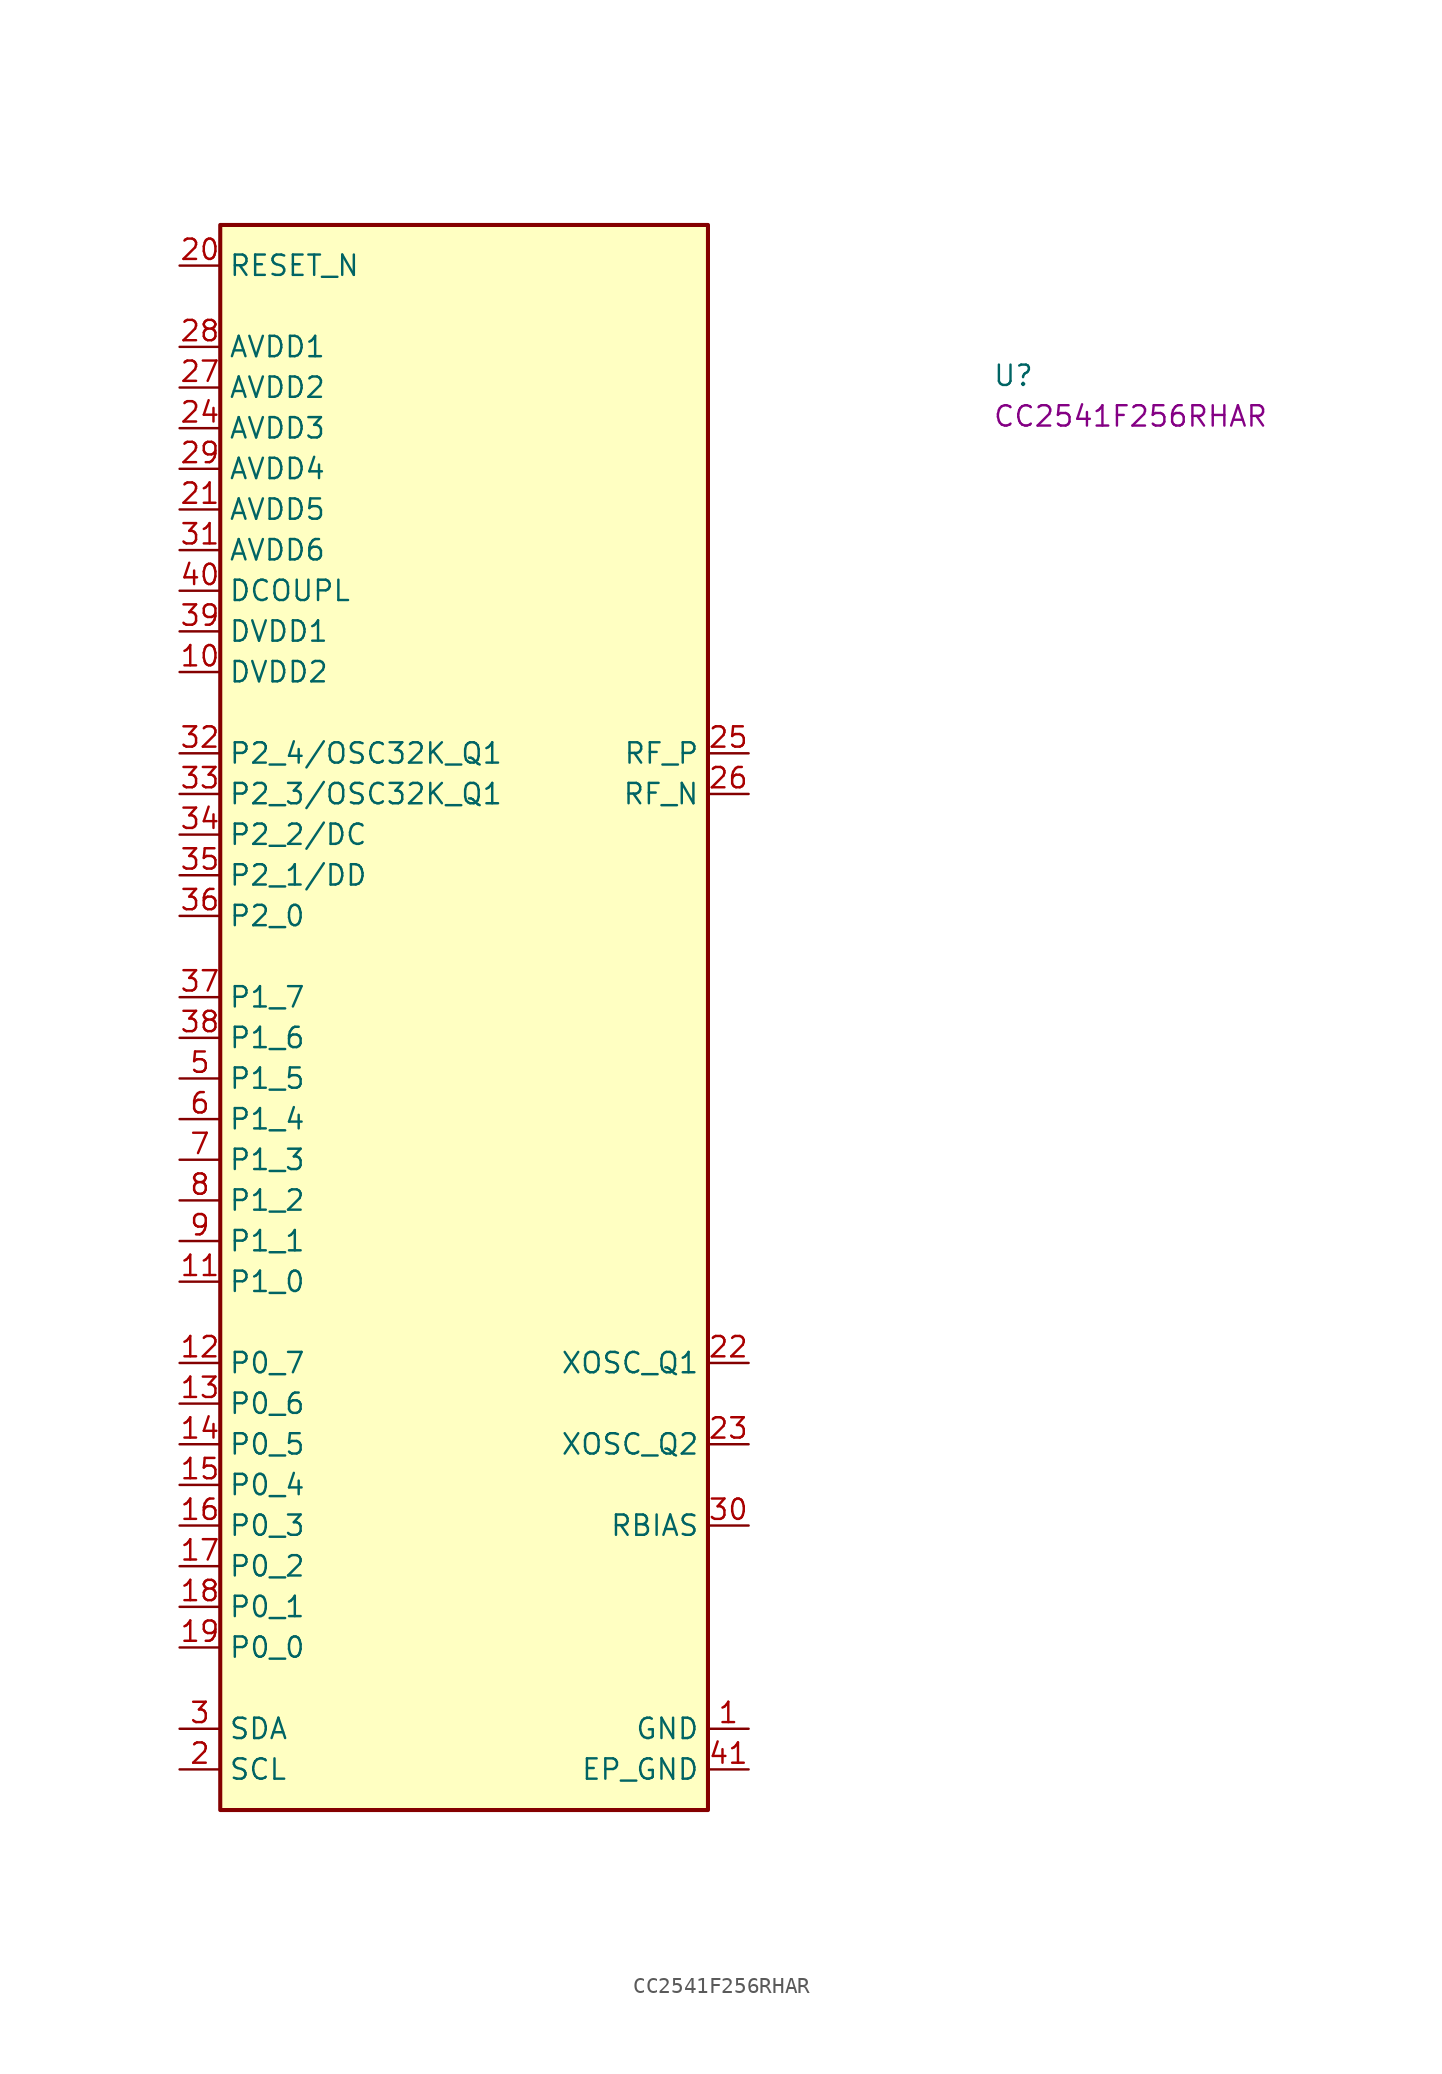
<source format=kicad_sym>
(kicad_symbol_lib
  (version 20231120)
  (generator "kicad_symbol_editor")
  (generator_version "8.0")
  (symbol "CC2541F256RHAR"
    (property "Reference" "U"
      (at 50.8 -7.62 0)
      (effects (font (size 1.27 1.27) (thickness 0.15)) (justify left bottom)))
    (property "MPN" "CC2541F256RHAR"
      (at 50.8 -10.16 0)
      (effects (font (size 1.27 1.27) (thickness 0.15)) (justify left bottom)))
    (symbol "CC2541F256RHAR_1_1"
      (rectangle (start 2.54 2.54) (end 33.02 -96.52) (stroke (width 0.254) (type default)) (fill (type background)))
      (pin power_in line (at 35.56 -91.44 180) (length 2.54) (name "GND" (effects (font (size 1.27 1.27)))) (number "1" (effects (font (size 1.27 1.27)))))
      (pin power_in line (at 0 -25.4 0) (length 2.54) (name "DVDD2" (effects (font (size 1.27 1.27)))) (number "10" (effects (font (size 1.27 1.27)))))
      (pin bidirectional line (at 0 -63.5 0) (length 2.54) (name "P1_0" (effects (font (size 1.27 1.27)))) (number "11" (effects (font (size 1.27 1.27)))))
      (pin bidirectional line (at 0 -68.58 0) (length 2.54) (name "P0_7" (effects (font (size 1.27 1.27)))) (number "12" (effects (font (size 1.27 1.27)))))
      (pin bidirectional line (at 0 -71.12 0) (length 2.54) (name "P0_6" (effects (font (size 1.27 1.27)))) (number "13" (effects (font (size 1.27 1.27)))))
      (pin bidirectional line (at 0 -73.66 0) (length 2.54) (name "P0_5" (effects (font (size 1.27 1.27)))) (number "14" (effects (font (size 1.27 1.27)))))
      (pin bidirectional line (at 0 -76.2 0) (length 2.54) (name "P0_4" (effects (font (size 1.27 1.27)))) (number "15" (effects (font (size 1.27 1.27)))))
      (pin bidirectional line (at 0 -78.74 0) (length 2.54) (name "P0_3" (effects (font (size 1.27 1.27)))) (number "16" (effects (font (size 1.27 1.27)))))
      (pin bidirectional line (at 0 -81.28 0) (length 2.54) (name "P0_2" (effects (font (size 1.27 1.27)))) (number "17" (effects (font (size 1.27 1.27)))))
      (pin bidirectional line (at 0 -83.82 0) (length 2.54) (name "P0_1" (effects (font (size 1.27 1.27)))) (number "18" (effects (font (size 1.27 1.27)))))
      (pin bidirectional line (at 0 -86.36 0) (length 2.54) (name "P0_0" (effects (font (size 1.27 1.27)))) (number "19" (effects (font (size 1.27 1.27)))))
      (pin bidirectional line (at 0 -93.98 0) (length 2.54) (name "SCL" (effects (font (size 1.27 1.27)))) (number "2" (effects (font (size 1.27 1.27)))))
      (pin input line (at 0 0 0) (length 2.54) (name "RESET_N" (effects (font (size 1.27 1.27)))) (number "20" (effects (font (size 1.27 1.27)))))
      (pin power_in line (at 0 -15.24 0) (length 2.54) (name "AVDD5" (effects (font (size 1.27 1.27)))) (number "21" (effects (font (size 1.27 1.27)))))
      (pin bidirectional line (at 35.56 -68.58 180) (length 2.54) (name "XOSC_Q1" (effects (font (size 1.27 1.27)))) (number "22" (effects (font (size 1.27 1.27)))))
      (pin bidirectional line (at 35.56 -73.66 180) (length 2.54) (name "XOSC_Q2" (effects (font (size 1.27 1.27)))) (number "23" (effects (font (size 1.27 1.27)))))
      (pin power_in line (at 0 -10.16 0) (length 2.54) (name "AVDD3" (effects (font (size 1.27 1.27)))) (number "24" (effects (font (size 1.27 1.27)))))
      (pin passive line (at 35.56 -30.48 180) (length 2.54) (name "RF_P" (effects (font (size 1.27 1.27)))) (number "25" (effects (font (size 1.27 1.27)))))
      (pin passive line (at 35.56 -33.02 180) (length 2.54) (name "RF_N" (effects (font (size 1.27 1.27)))) (number "26" (effects (font (size 1.27 1.27)))))
      (pin power_in line (at 0 -7.62 0) (length 2.54) (name "AVDD2" (effects (font (size 1.27 1.27)))) (number "27" (effects (font (size 1.27 1.27)))))
      (pin power_in line (at 0 -5.08 0) (length 2.54) (name "AVDD1" (effects (font (size 1.27 1.27)))) (number "28" (effects (font (size 1.27 1.27)))))
      (pin power_in line (at 0 -12.7 0) (length 2.54) (name "AVDD4" (effects (font (size 1.27 1.27)))) (number "29" (effects (font (size 1.27 1.27)))))
      (pin bidirectional line (at 0 -91.44 0) (length 2.54) (name "SDA" (effects (font (size 1.27 1.27)))) (number "3" (effects (font (size 1.27 1.27)))))
      (pin passive line (at 35.56 -78.74 180) (length 2.54) (name "RBIAS" (effects (font (size 1.27 1.27)))) (number "30" (effects (font (size 1.27 1.27)))))
      (pin power_in line (at 0 -17.78 0) (length 2.54) (name "AVDD6" (effects (font (size 1.27 1.27)))) (number "31" (effects (font (size 1.27 1.27)))))
      (pin bidirectional line (at 0 -30.48 0) (length 2.54) (name "P2_4/OSC32K_Q1" (effects (font (size 1.27 1.27)))) (number "32" (effects (font (size 1.27 1.27)))))
      (pin bidirectional line (at 0 -33.02 0) (length 2.54) (name "P2_3/OSC32K_Q1" (effects (font (size 1.27 1.27)))) (number "33" (effects (font (size 1.27 1.27)))))
      (pin bidirectional line (at 0 -35.56 0) (length 2.54) (name "P2_2/DC" (effects (font (size 1.27 1.27)))) (number "34" (effects (font (size 1.27 1.27)))))
      (pin bidirectional line (at 0 -38.1 0) (length 2.54) (name "P2_1/DD" (effects (font (size 1.27 1.27)))) (number "35" (effects (font (size 1.27 1.27)))))
      (pin bidirectional line (at 0 -40.64 0) (length 2.54) (name "P2_0" (effects (font (size 1.27 1.27)))) (number "36" (effects (font (size 1.27 1.27)))))
      (pin bidirectional line (at 0 -45.72 0) (length 2.54) (name "P1_7" (effects (font (size 1.27 1.27)))) (number "37" (effects (font (size 1.27 1.27)))))
      (pin bidirectional line (at 0 -48.26 0) (length 2.54) (name "P1_6" (effects (font (size 1.27 1.27)))) (number "38" (effects (font (size 1.27 1.27)))))
      (pin power_in line (at 0 -22.86 0) (length 2.54) (name "DVDD1" (effects (font (size 1.27 1.27)))) (number "39" (effects (font (size 1.27 1.27)))))
      (pin no_connect line (at 33.02 -40.64 180) (length 2.54) hide (name "NC" (effects (font (size 1.27 1.27)))) (number "4" (effects (font (size 1.27 1.27)))))
      (pin power_in line (at 0 -20.32 0) (length 2.54) (name "DCOUPL" (effects (font (size 1.27 1.27)))) (number "40" (effects (font (size 1.27 1.27)))))
      (pin power_in line (at 35.56 -93.98 180) (length 2.54) (name "EP_GND" (effects (font (size 1.27 1.27)))) (number "41" (effects (font (size 1.27 1.27)))))
      (pin bidirectional line (at 0 -50.8 0) (length 2.54) (name "P1_5" (effects (font (size 1.27 1.27)))) (number "5" (effects (font (size 1.27 1.27)))))
      (pin bidirectional line (at 0 -53.34 0) (length 2.54) (name "P1_4" (effects (font (size 1.27 1.27)))) (number "6" (effects (font (size 1.27 1.27)))))
      (pin bidirectional line (at 0 -55.88 0) (length 2.54) (name "P1_3" (effects (font (size 1.27 1.27)))) (number "7" (effects (font (size 1.27 1.27)))))
      (pin bidirectional line (at 0 -58.42 0) (length 2.54) (name "P1_2" (effects (font (size 1.27 1.27)))) (number "8" (effects (font (size 1.27 1.27)))))
      (pin bidirectional line (at 0 -60.96 0) (length 2.54) (name "P1_1" (effects (font (size 1.27 1.27)))) (number "9" (effects (font (size 1.27 1.27))))))))
</source>
